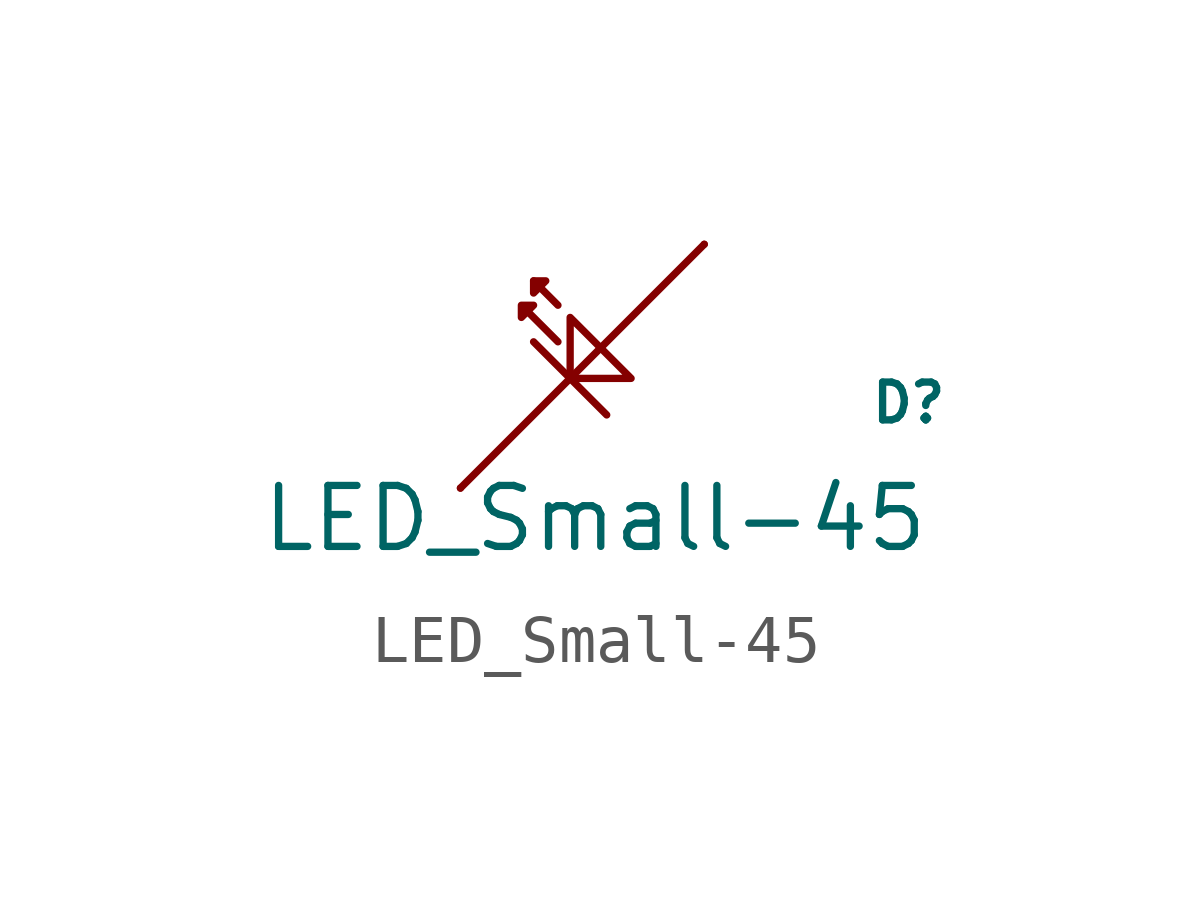
<source format=kicad_sym>
(kicad_symbol_lib
  (version 20211014)
  (generator kicad_symbol_editor)
  (symbol "LED_Small-45"
    (pin_numbers hide)
    (pin_names
      (offset 0.254) hide)
    (property "Reference" "D"
      (at 5.969 -0.762 0)
      (effects (font (size 0.787 0.787)) (justify left)))
    (property "Value" "LED_Small-45"
      (at -6.731 -3.175 0)
      (effects (font (size 1.27 1.27)) (justify left)))
    (symbol "LED_Small-45_0_1"
      (polyline (pts (xy -2.54 -2.54) (xy 2.54 2.54)) (stroke (width 0) (type default) (color 0 0 0 0)) (fill (type none)))
      (polyline (pts (xy -0.508 1.27) (xy -1.016 1.778)) (stroke (width 0) (type default) (color 0 0 0 0)) (fill (type none)))
      (polyline (pts (xy -0.254 -0.254) (xy -1.016 0.508)) (stroke (width 0) (type default) (color 0 0 0 0)) (fill (type none)))
      (polyline (pts (xy -0.254 -0.254) (xy 0.508 -1.016)) (stroke (width 0) (type default) (color 0 0 0 0)) (fill (type none)))
      (polyline (pts (xy -1.016 1.778) (xy -0.762 1.778) (xy -1.016 1.524) (xy -1.016 1.778)) (stroke (width 0) (type default) (color 0 0 0 0)) (fill (type none)))
      (polyline (pts (xy -0.254 -0.254) (xy -0.254 1.016) (xy 1.016 -0.254) (xy -0.254 -0.254)) (stroke (width 0) (type default) (color 0 0 0 0)) (fill (type none)))
      (polyline (pts (xy -0.508 0.508) (xy -1.27 1.27) (xy -1.27 1.016) (xy -1.016 1.27) (xy -1.27 1.27)) (stroke (width 0) (type default) (color 0 0 0 0)) (fill (type none))))
    (symbol "LED_Small-45_1_1"
      (pin passive line (at -2.54 -2.54 180) (length 0) (name "K" (effects (font (size 1.27 1.27)))) (number "1" (effects (font (size 1.27 1.27)))))
      (pin passive line (at 2.54 2.54 180) (length 0) (name "A" (effects (font (size 1.27 1.27)))) (number "2" (effects (font (size 1.27 1.27))))))))
</source>
